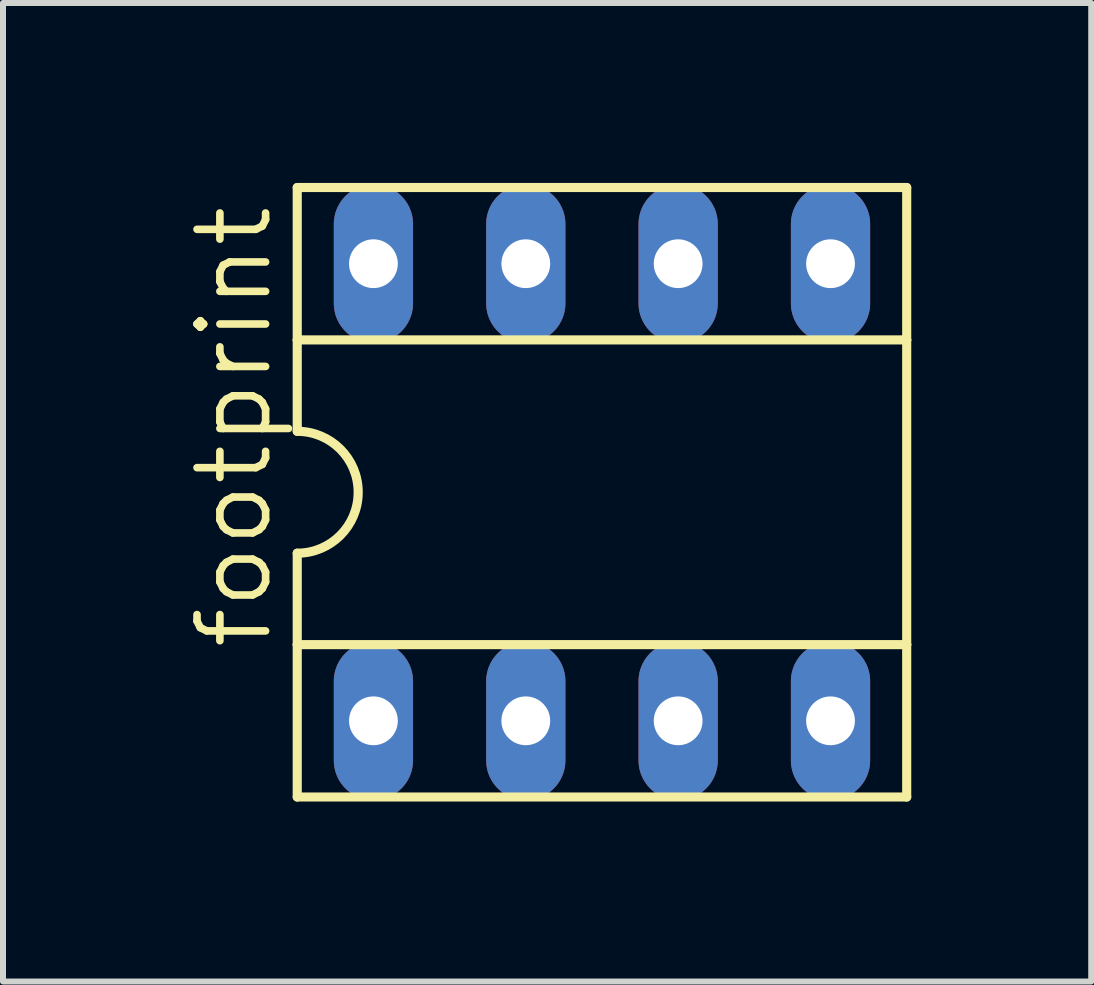
<source format=kicad_pcb>
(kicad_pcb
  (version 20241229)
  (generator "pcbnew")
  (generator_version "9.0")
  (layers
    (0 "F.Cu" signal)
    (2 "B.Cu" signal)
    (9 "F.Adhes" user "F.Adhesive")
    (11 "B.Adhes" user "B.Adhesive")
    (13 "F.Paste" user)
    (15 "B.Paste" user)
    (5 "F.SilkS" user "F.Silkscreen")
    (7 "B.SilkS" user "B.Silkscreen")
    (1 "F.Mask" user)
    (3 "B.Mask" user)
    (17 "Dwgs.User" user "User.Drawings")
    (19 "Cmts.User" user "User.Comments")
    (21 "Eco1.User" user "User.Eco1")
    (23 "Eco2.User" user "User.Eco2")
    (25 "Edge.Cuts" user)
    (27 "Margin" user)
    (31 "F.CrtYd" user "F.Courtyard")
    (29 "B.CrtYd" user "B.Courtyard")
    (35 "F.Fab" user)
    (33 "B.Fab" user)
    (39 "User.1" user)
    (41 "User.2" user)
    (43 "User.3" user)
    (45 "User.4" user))
  (footprint "footprint"
    (layer "F.Cu")
    (at 6.985 5.156)
    (property "Reference" "footprint" (at -5.461 2.667 90) (layer "F.SilkS") (effects (font (size 1.143 1.143) (thickness 0.127)) (justify left bottom)))
    (fp_line (start -5.08 -5.08) (end -5.08 -2.54) (stroke (width 0.152) (type solid)) (layer "F.SilkS"))
    (fp_line (start -5.08 -2.54) (end -5.08 -1.016) (stroke (width 0.152) (type solid)) (layer "F.SilkS"))
    (fp_line (start -5.08 -2.54) (end 5.08 -2.54) (stroke (width 0.152) (type solid)) (layer "F.SilkS"))
    (fp_line (start -5.08 2.54) (end -5.08 1.016) (stroke (width 0.152) (type solid)) (layer "F.SilkS"))
    (fp_line (start -5.08 2.54) (end 5.08 2.54) (stroke (width 0.152) (type solid)) (layer "F.SilkS"))
    (fp_line (start -5.08 5.08) (end -5.08 2.54) (stroke (width 0.152) (type solid)) (layer "F.SilkS"))
    (fp_line (start -5.08 5.08) (end 5.08 5.08) (stroke (width 0.152) (type solid)) (layer "F.SilkS"))
    (fp_line (start 5.08 -5.08) (end -5.08 -5.08) (stroke (width 0.152) (type solid)) (layer "F.SilkS"))
    (fp_line (start 5.08 -5.08) (end 5.08 -2.54) (stroke (width 0.152) (type solid)) (layer "F.SilkS"))
    (fp_line (start 5.08 -2.54) (end 5.08 2.54) (stroke (width 0.152) (type solid)) (layer "F.SilkS"))
    (fp_line (start 5.08 2.54) (end 5.08 5.08) (stroke (width 0.152) (type solid)) (layer "F.SilkS"))
    (fp_arc (start -5.08 -1.016) (mid -4.064 0) (end -5.08 1.016) (stroke (width 0.1524) (type solid)) (layer "F.SilkS"))
    (pad "1" thru_hole oval (at -3.81 3.81 90) (size 2.642 1.321) (drill 0.813) (layers "*.Cu" "*.Mask"))
    (pad "2" thru_hole oval (at -1.27 3.81 90) (size 2.642 1.321) (drill 0.813) (layers "*.Cu" "*.Mask"))
    (pad "3" thru_hole oval (at 1.27 3.81 90) (size 2.642 1.321) (drill 0.813) (layers "*.Cu" "*.Mask"))
    (pad "4" thru_hole oval (at 3.81 3.81 90) (size 2.642 1.321) (drill 0.813) (layers "*.Cu" "*.Mask"))
    (pad "5" thru_hole oval (at 3.81 -3.81 90) (size 2.642 1.321) (drill 0.813) (layers "*.Cu" "*.Mask"))
    (pad "6" thru_hole oval (at 1.27 -3.81 90) (size 2.642 1.321) (drill 0.813) (layers "*.Cu" "*.Mask"))
    (pad "7" thru_hole oval (at -1.27 -3.81 90) (size 2.642 1.321) (drill 0.813) (layers "*.Cu" "*.Mask"))
    (pad "8" thru_hole oval (at -3.81 -3.81 90) (size 2.642 1.321) (drill 0.813) (layers "*.Cu" "*.Mask")))
  (gr_rect
    (start -3 -3)
    (end 15.141 13.312)
    (stroke (width 0.1) (type default))
    (fill no)
    (layer "Edge.Cuts")))
</source>
